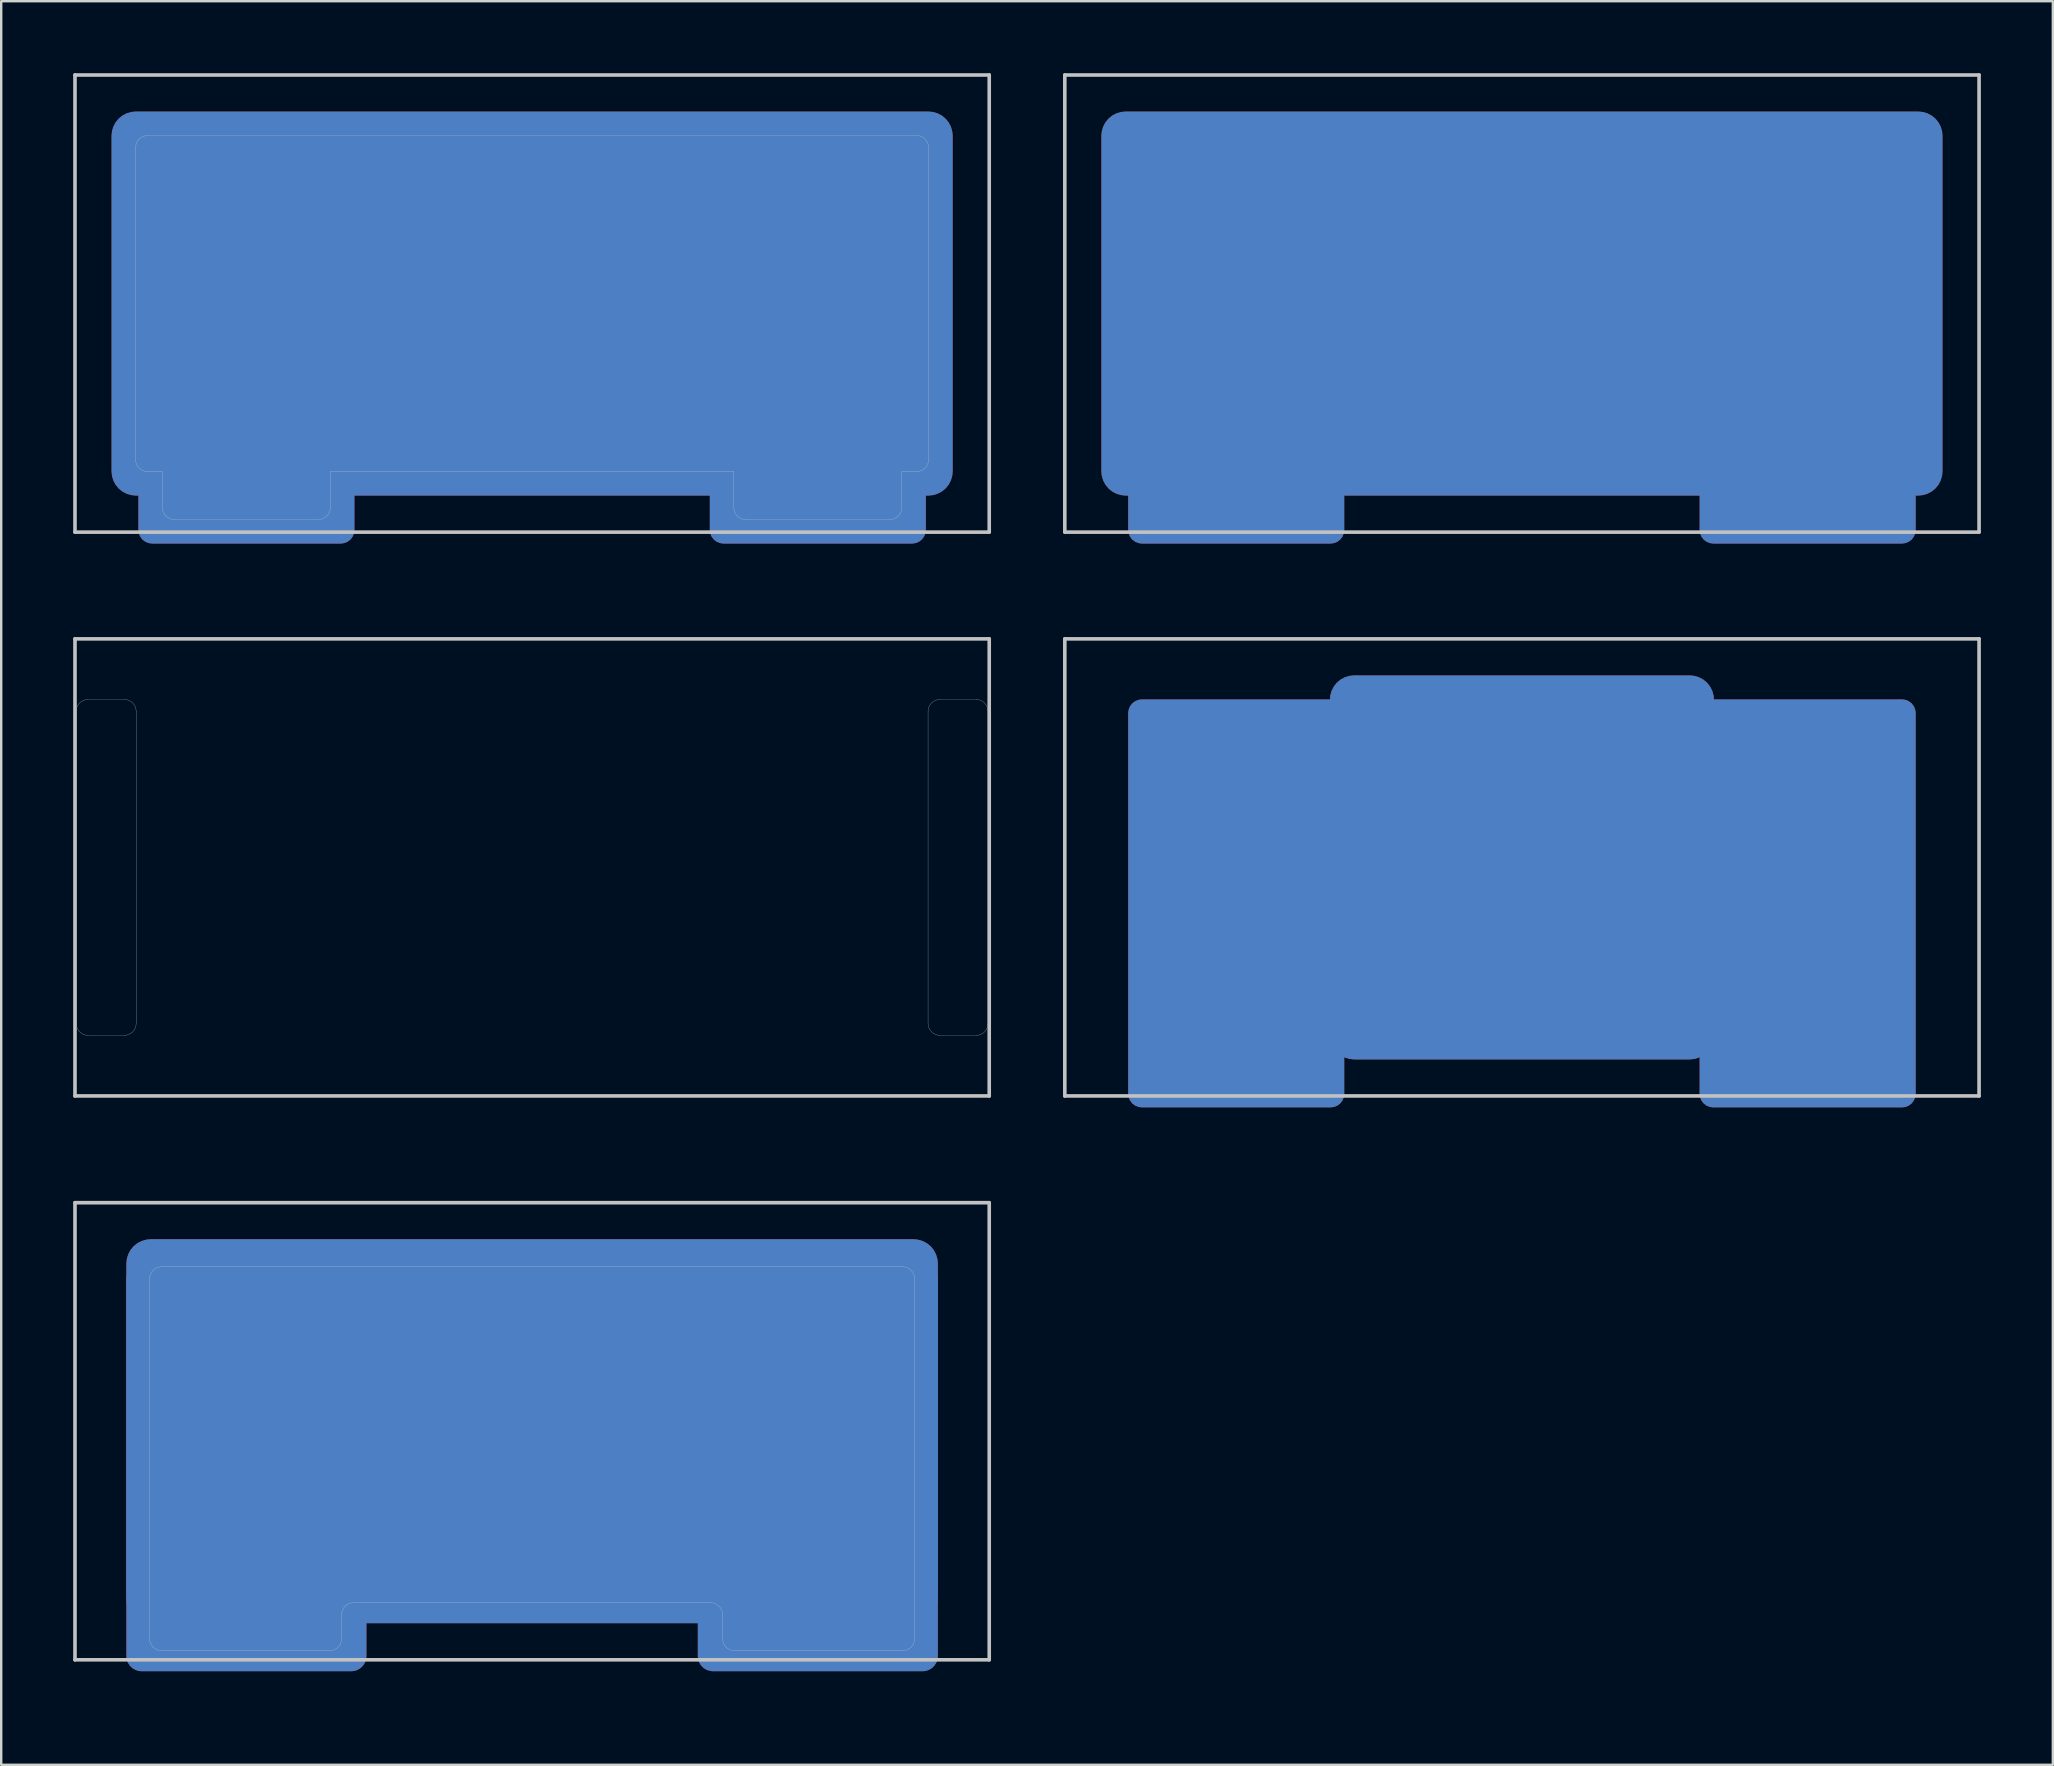
<source format=kicad_pcb>
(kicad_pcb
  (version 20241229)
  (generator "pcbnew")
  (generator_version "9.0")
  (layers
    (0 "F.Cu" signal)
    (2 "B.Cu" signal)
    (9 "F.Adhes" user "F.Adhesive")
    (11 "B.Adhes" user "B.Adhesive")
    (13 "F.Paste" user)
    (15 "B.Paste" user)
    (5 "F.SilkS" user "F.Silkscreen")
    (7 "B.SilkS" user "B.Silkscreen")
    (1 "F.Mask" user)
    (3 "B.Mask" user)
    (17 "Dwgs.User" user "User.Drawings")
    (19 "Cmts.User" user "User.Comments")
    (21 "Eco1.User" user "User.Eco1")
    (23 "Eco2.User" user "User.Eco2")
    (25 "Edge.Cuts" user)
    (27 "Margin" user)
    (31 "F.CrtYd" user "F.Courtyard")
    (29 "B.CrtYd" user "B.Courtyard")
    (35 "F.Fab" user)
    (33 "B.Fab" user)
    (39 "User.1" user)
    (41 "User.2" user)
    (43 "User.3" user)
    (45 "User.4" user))
  (footprint "MX_Cutout_2u_Simple"
    (layer "F.Cu")
    (at 19.125 56.596)
    (property "Reference" "MX_Cutout_2u_Simple" (at 0.25 10.05 0) (layer "Eco2.User") (effects (font (size 1 1) (thickness 0.15))))
    (fp_line (start -19.05 -9.525) (end -19.05 9.525) (stroke (width 0.15) (type solid)) (layer "Dwgs.User"))
    (fp_line (start -19.05 -9.525) (end 19.05 -9.525) (stroke (width 0.15) (type solid)) (layer "Dwgs.User"))
    (fp_line (start -19.05 9.525) (end 19.05 9.525) (stroke (width 0.15) (type solid)) (layer "Dwgs.User"))
    (fp_line (start 19.05 -9.525) (end 19.05 9.525) (stroke (width 0.15) (type solid)) (layer "Dwgs.User"))
    (fp_line (start -15.938 -6.356) (end -15.938 8.644) (stroke (width 0.01) (type solid)) (layer "Edge.Cuts"))
    (fp_line (start -15.438 9.144) (end -8.438 9.144) (stroke (width 0.01) (type solid)) (layer "Edge.Cuts"))
    (fp_line (start -7.938 8.644) (end -7.938 7.644) (stroke (width 0.01) (type solid)) (layer "Edge.Cuts"))
    (fp_line (start -7.438 7.144) (end 7.438 7.144) (stroke (width 0.01) (type solid)) (layer "Edge.Cuts"))
    (fp_line (start 7.938 7.644) (end 7.938 8.644) (stroke (width 0.01) (type solid)) (layer "Edge.Cuts"))
    (fp_line (start 8.438 9.144) (end 15.438 9.144) (stroke (width 0.01) (type solid)) (layer "Edge.Cuts"))
    (fp_line (start 15.438 -6.856) (end -15.438 -6.856) (stroke (width 0.01) (type solid)) (layer "Edge.Cuts"))
    (fp_line (start 15.938 8.644) (end 15.938 -6.356) (stroke (width 0.01) (type solid)) (layer "Edge.Cuts"))
    (fp_arc (start -15.938 -6.35625) (mid -15.791553 -6.709803) (end -15.438 -6.85625) (stroke (width 0.01) (type solid)) (layer "Edge.Cuts"))
    (fp_arc (start -15.438 9.14375) (mid -15.791553 8.997303) (end -15.938 8.64375) (stroke (width 0.01) (type solid)) (layer "Edge.Cuts"))
    (fp_arc (start -7.938 7.64375) (mid -7.791553 7.290197) (end -7.438 7.14375) (stroke (width 0.01) (type solid)) (layer "Edge.Cuts"))
    (fp_arc (start -7.938 8.64375) (mid -8.084447 8.997303) (end -8.438 9.14375) (stroke (width 0.01) (type solid)) (layer "Edge.Cuts"))
    (fp_arc (start 7.438 7.14375) (mid 7.791553 7.290197) (end 7.938 7.64375) (stroke (width 0.01) (type solid)) (layer "Edge.Cuts"))
    (fp_arc (start 8.438 9.14375) (mid 8.084447 8.997303) (end 7.938 8.64375) (stroke (width 0.01) (type solid)) (layer "Edge.Cuts"))
    (fp_arc (start 15.438 -6.85625) (mid 15.791553 -6.709803) (end 15.938 -6.35625) (stroke (width 0.01) (type solid)) (layer "Edge.Cuts"))
    (fp_arc (start 15.938 8.64375) (mid 15.791553 8.997303) (end 15.438 9.14375) (stroke (width 0.01) (type solid)) (layer "Edge.Cuts"))
    (pad "1" smd roundrect (at -11.906 1.5 180) (size 10 17) (layers "F.Cu" "F.Mask") (roundrect_rratio 0.063))
    (pad "1" smd roundrect (at -11.906 1.5 180) (size 10 17) (layers "B.Cu" "B.Mask") (roundrect_rratio 0.063))
    (pad "1" smd roundrect (at 0 0 180) (size 33.812 16) (layers "F.Cu" "F.Mask") (roundrect_rratio 0.063))
    (pad "1" smd roundrect (at 0 0 180) (size 33.812 16) (layers "B.Cu" "B.Mask") (roundrect_rratio 0.063))
    (pad "1" smd roundrect (at 11.906 1.5 180) (size 10 17) (layers "F.Cu" "F.Mask") (roundrect_rratio 0.063))
    (pad "1" smd roundrect (at 11.906 1.5 180) (size 10 17) (layers "B.Cu" "B.Mask") (roundrect_rratio 0.063)))
  (footprint "MX_Cutout_2u_Acoustic"
    (layer "F.Cu")
    (at 19.125 33.098)
    (property "Reference" "MX_Cutout_2u_Acoustic" (at 0.25 10.05 0) (layer "Eco2.User") (effects (font (size 1 1) (thickness 0.15))))
    (attr through_hole)
    (fp_line (start -19.05 -9.525) (end -19.05 9.525) (stroke (width 0.15) (type solid)) (layer "Dwgs.User"))
    (fp_line (start -19.05 -9.525) (end 19.05 -9.525) (stroke (width 0.15) (type solid)) (layer "Dwgs.User"))
    (fp_line (start -19.05 9.525) (end 19.05 9.525) (stroke (width 0.15) (type solid)) (layer "Dwgs.User"))
    (fp_line (start 19.05 -9.525) (end 19.05 9.525) (stroke (width 0.15) (type solid)) (layer "Dwgs.User"))
    (fp_line (start -19 -6.5) (end -19 6.5) (stroke (width 0.01) (type solid)) (layer "Edge.Cuts"))
    (fp_line (start -18.5 -7) (end -17 -7) (stroke (width 0.01) (type solid)) (layer "Edge.Cuts"))
    (fp_line (start -17 7) (end -18.5 7) (stroke (width 0.01) (type solid)) (layer "Edge.Cuts"))
    (fp_line (start -16.5 -6.5) (end -16.5 6.5) (stroke (width 0.01) (type solid)) (layer "Edge.Cuts"))
    (fp_line (start 16.5 -6.5) (end 16.5 6.5) (stroke (width 0.01) (type solid)) (layer "Edge.Cuts"))
    (fp_line (start 17 -7) (end 18.5 -7) (stroke (width 0.01) (type solid)) (layer "Edge.Cuts"))
    (fp_line (start 18.5 7) (end 17 7) (stroke (width 0.01) (type solid)) (layer "Edge.Cuts"))
    (fp_line (start 19 -6.5) (end 19 6.5) (stroke (width 0.01) (type solid)) (layer "Edge.Cuts"))
    (fp_arc (start -19 -6.5) (mid -18.853553 -6.853553) (end -18.5 -7) (stroke (width 0.01) (type solid)) (layer "Edge.Cuts"))
    (fp_arc (start -18.5 7) (mid -18.853553 6.853553) (end -19 6.5) (stroke (width 0.01) (type solid)) (layer "Edge.Cuts"))
    (fp_arc (start -17 -7) (mid -16.646447 -6.853553) (end -16.5 -6.5) (stroke (width 0.01) (type solid)) (layer "Edge.Cuts"))
    (fp_arc (start -16.5 6.5) (mid -16.646447 6.853553) (end -17 7) (stroke (width 0.01) (type solid)) (layer "Edge.Cuts"))
    (fp_arc (start 16.5 -6.5) (mid 16.646447 -6.853553) (end 17 -7) (stroke (width 0.01) (type solid)) (layer "Edge.Cuts"))
    (fp_arc (start 17 7) (mid 16.646447 6.853553) (end 16.5 6.5) (stroke (width 0.01) (type solid)) (layer "Edge.Cuts"))
    (fp_arc (start 18.5 -7) (mid 18.853553 -6.853553) (end 19 -6.5) (stroke (width 0.01) (type solid)) (layer "Edge.Cuts"))
    (fp_arc (start 19 6.5) (mid 18.853553 6.853553) (end 18.5 7) (stroke (width 0.01) (type solid)) (layer "Edge.Cuts")))
  (footprint "MX_Cutout_2u_No-Cut"
    (layer "F.Cu")
    (at 60.375 33.098)
    (property "Reference" "MX_Cutout_2u_No-Cut" (at 0.25 10.05 0) (layer "Eco2.User") (effects (font (size 1 1) (thickness 0.15))))
    (fp_line (start -19.05 -9.525) (end -19.05 9.525) (stroke (width 0.15) (type solid)) (layer "Dwgs.User"))
    (fp_line (start -19.05 -9.525) (end 19.05 -9.525) (stroke (width 0.15) (type solid)) (layer "Dwgs.User"))
    (fp_line (start -19.05 9.525) (end 19.05 9.525) (stroke (width 0.15) (type solid)) (layer "Dwgs.User"))
    (fp_line (start 19.05 -9.525) (end 19.05 9.525) (stroke (width 0.15) (type solid)) (layer "Dwgs.User"))
    (pad "1" smd roundrect (at -11.906 1.5 180) (size 9 17) (layers "F.Cu" "F.Mask") (roundrect_rratio 0.063))
    (pad "1" smd roundrect (at -11.906 1.5 180) (size 9 17) (layers "B.Cu" "B.Mask") (roundrect_rratio 0.063))
    (pad "1" smd roundrect (at 0 0 180) (size 16 16) (layers "F.Cu" "F.Mask") (roundrect_rratio 0.063))
    (pad "1" smd roundrect (at 0 0 180) (size 16 16) (layers "B.Cu" "B.Mask") (roundrect_rratio 0.063))
    (pad "1" smd roundrect (at 11.906 1.5 180) (size 9 17) (layers "F.Cu" "F.Mask") (roundrect_rratio 0.063))
    (pad "1" smd roundrect (at 11.906 1.5 180) (size 9 17) (layers "B.Cu" "B.Mask") (roundrect_rratio 0.063)))
  (footprint "MX_Cutout_2u_1u-1u"
    (layer "F.Cu")
    (at 19.125 9.6)
    (property "Reference" "MX_Cutout_2u_1u-1u" (at 0.25 10.05 0) (layer "Eco2.User") (effects (font (size 1 1) (thickness 0.15))))
    (fp_line (start -19.05 -9.525) (end -19.05 9.525) (stroke (width 0.15) (type solid)) (layer "Dwgs.User"))
    (fp_line (start -19.05 -9.525) (end 19.05 -9.525) (stroke (width 0.15) (type solid)) (layer "Dwgs.User"))
    (fp_line (start -19.05 9.525) (end 19.05 9.525) (stroke (width 0.15) (type solid)) (layer "Dwgs.User"))
    (fp_line (start 19.05 -9.525) (end 19.05 9.525) (stroke (width 0.15) (type solid)) (layer "Dwgs.User"))
    (fp_line (start -16.525 6.5) (end -16.525 -6.5) (stroke (width 0.01) (type solid)) (layer "Edge.Cuts"))
    (fp_line (start -16.025 -7) (end 16.025 -7) (stroke (width 0.01) (type solid)) (layer "Edge.Cuts"))
    (fp_line (start -15.406 7) (end -16.025 7) (stroke (width 0.01) (type solid)) (layer "Edge.Cuts"))
    (fp_line (start -15.406 8.5) (end -15.406 7) (stroke (width 0.01) (type solid)) (layer "Edge.Cuts"))
    (fp_line (start -8.906 9) (end -14.906 9) (stroke (width 0.01) (type solid)) (layer "Edge.Cuts"))
    (fp_line (start -8.406 8.5) (end -8.406 7) (stroke (width 0.01) (type solid)) (layer "Edge.Cuts"))
    (fp_line (start 8.406 7) (end -8.406 7) (stroke (width 0.01) (type solid)) (layer "Edge.Cuts"))
    (fp_line (start 8.406 8.5) (end 8.406 7) (stroke (width 0.01) (type solid)) (layer "Edge.Cuts"))
    (fp_line (start 14.906 9) (end 8.906 9) (stroke (width 0.01) (type solid)) (layer "Edge.Cuts"))
    (fp_line (start 15.406 7) (end 15.406 8.5) (stroke (width 0.01) (type solid)) (layer "Edge.Cuts"))
    (fp_line (start 16.025 7) (end 15.406 7) (stroke (width 0.01) (type solid)) (layer "Edge.Cuts"))
    (fp_line (start 16.525 -6.5) (end 16.525 6.5) (stroke (width 0.01) (type solid)) (layer "Edge.Cuts"))
    (fp_arc (start -16.525 -6.5) (mid -16.378553 -6.853553) (end -16.025 -7) (stroke (width 0.01) (type solid)) (layer "Edge.Cuts"))
    (fp_arc (start -16.025 7) (mid -16.378553 6.853553) (end -16.525 6.5) (stroke (width 0.01) (type solid)) (layer "Edge.Cuts"))
    (fp_arc (start -14.90625 9) (mid -15.259803 8.853553) (end -15.40625 8.5) (stroke (width 0.01) (type solid)) (layer "Edge.Cuts"))
    (fp_arc (start -8.406249 8.500001) (mid -8.552696 8.853554) (end -8.90625 9) (stroke (width 0.01) (type solid)) (layer "Edge.Cuts"))
    (fp_arc (start 8.90625 9) (mid 8.552697 8.853553) (end 8.40625 8.5) (stroke (width 0.01) (type solid)) (layer "Edge.Cuts"))
    (fp_arc (start 15.40625 8.5) (mid 15.259803 8.853553) (end 14.90625 9) (stroke (width 0.01) (type solid)) (layer "Edge.Cuts"))
    (fp_arc (start 16.025 -7) (mid 16.378553 -6.853553) (end 16.525 -6.5) (stroke (width 0.01) (type solid)) (layer "Edge.Cuts"))
    (fp_arc (start 16.525 6.5) (mid 16.378553 6.853553) (end 16.025 7) (stroke (width 0.01) (type solid)) (layer "Edge.Cuts"))
    (pad "1" smd roundrect (at -11.906 1.5 180) (size 9 17) (layers "F.Cu" "F.Mask") (roundrect_rratio 0.063))
    (pad "1" smd roundrect (at -11.906 1.5 180) (size 9 17) (layers "B.Cu" "B.Mask") (roundrect_rratio 0.063))
    (pad "1" smd roundrect (at 0 0 180) (size 35.05 16) (layers "F.Cu" "F.Mask") (roundrect_rratio 0.063))
    (pad "1" smd roundrect (at 0 0 180) (size 35.05 16) (layers "B.Cu" "B.Mask") (roundrect_rratio 0.063))
    (pad "1" smd roundrect (at 11.906 1.5 180) (size 9 17) (layers "F.Cu" "F.Mask") (roundrect_rratio 0.063))
    (pad "1" smd roundrect (at 11.906 1.5 180) (size 9 17) (layers "B.Cu" "B.Mask") (roundrect_rratio 0.063)))
  (footprint "MX_Cutout_2u_1u-1u_No-Cut"
    (layer "F.Cu")
    (at 60.375 9.6)
    (property "Reference" "MX_Cutout_2u_1u-1u_No-Cut" (at 0.25 10.05 0) (layer "Eco2.User") (effects (font (size 1 1) (thickness 0.15))))
    (fp_line (start -19.05 -9.525) (end -19.05 9.525) (stroke (width 0.15) (type solid)) (layer "Dwgs.User"))
    (fp_line (start -19.05 -9.525) (end 19.05 -9.525) (stroke (width 0.15) (type solid)) (layer "Dwgs.User"))
    (fp_line (start -19.05 9.525) (end 19.05 9.525) (stroke (width 0.15) (type solid)) (layer "Dwgs.User"))
    (fp_line (start 19.05 -9.525) (end 19.05 9.525) (stroke (width 0.15) (type solid)) (layer "Dwgs.User"))
    (pad "1" smd roundrect (at -11.906 1.5 180) (size 9 17) (layers "F.Cu" "F.Mask") (roundrect_rratio 0.063))
    (pad "1" smd roundrect (at -11.906 1.5 180) (size 9 17) (layers "B.Cu" "B.Mask") (roundrect_rratio 0.063))
    (pad "1" smd roundrect (at 0 0 180) (size 35.05 16) (layers "F.Cu" "F.Mask") (roundrect_rratio 0.063))
    (pad "1" smd roundrect (at 0 0 180) (size 35.05 16) (layers "B.Cu" "B.Mask") (roundrect_rratio 0.063))
    (pad "1" smd roundrect (at 11.906 1.5 180) (size 9 17) (layers "F.Cu" "F.Mask") (roundrect_rratio 0.063))
    (pad "1" smd roundrect (at 11.906 1.5 180) (size 9 17) (layers "B.Cu" "B.Mask") (roundrect_rratio 0.063)))
  (gr_rect
    (start -3 -3)
    (end 82.5 70.495)
    (stroke (width 0.1) (type default))
    (fill no)
    (layer "Edge.Cuts")))
</source>
